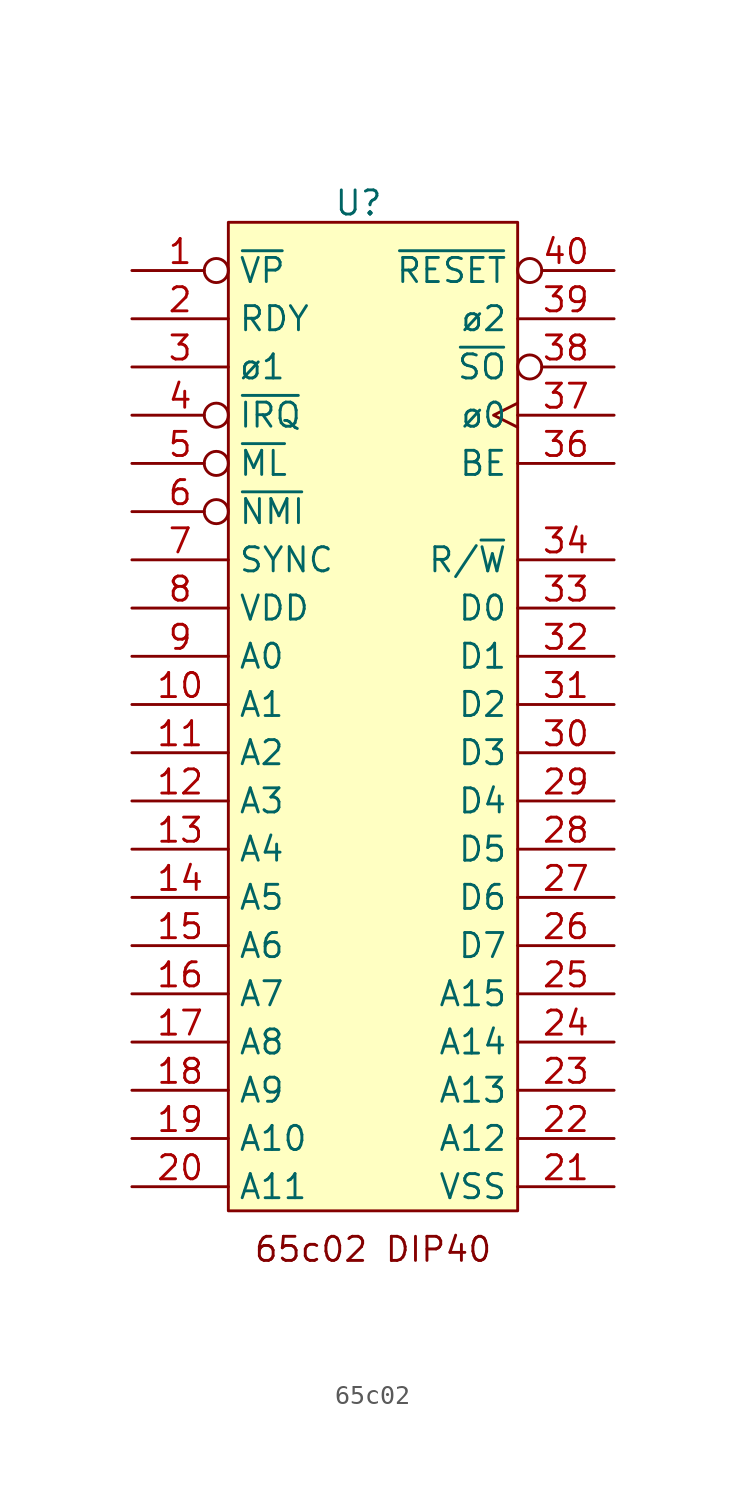
<source format=kicad_sym>
(kicad_symbol_lib
  (version 20231120)
  (generator "kicad_symbol_editor")
  (generator_version "8.0")
  (symbol "65c02"
    (property "Reference" "U"
      (at -8.382 53.086 0)
      (effects (font (size 1.27 1.27))))
    (property "Value" ""
      (at -12.7 -1.27 0)
      (effects (font (size 1.27 1.27))))
    (symbol "65c02_1_1"
      (rectangle (start -15.24 52.07) (end 0 0) (stroke (width 0) (type default)) (fill (type background)))
      (text "65c02 DIP40" (at -7.62 -2.032 0) (effects (font (size 1.27 1.27))))
      (pin output inverted (at -20.32 49.53 0) (length 5.08) (name "~{VP}" (effects (font (size 1.27 1.27)))) (number "1" (effects (font (size 1.27 1.27)))))
      (pin output line (at -20.32 26.67 0) (length 5.08) (name "A1" (effects (font (size 1.27 1.27)))) (number "10" (effects (font (size 1.27 1.27)))))
      (pin output line (at -20.32 24.13 0) (length 5.08) (name "A2" (effects (font (size 1.27 1.27)))) (number "11" (effects (font (size 1.27 1.27)))))
      (pin output line (at -20.32 21.59 0) (length 5.08) (name "A3" (effects (font (size 1.27 1.27)))) (number "12" (effects (font (size 1.27 1.27)))))
      (pin output line (at -20.32 19.05 0) (length 5.08) (name "A4" (effects (font (size 1.27 1.27)))) (number "13" (effects (font (size 1.27 1.27)))))
      (pin output line (at -20.32 16.51 0) (length 5.08) (name "A5" (effects (font (size 1.27 1.27)))) (number "14" (effects (font (size 1.27 1.27)))))
      (pin output line (at -20.32 13.97 0) (length 5.08) (name "A6" (effects (font (size 1.27 1.27)))) (number "15" (effects (font (size 1.27 1.27)))))
      (pin output line (at -20.32 11.43 0) (length 5.08) (name "A7" (effects (font (size 1.27 1.27)))) (number "16" (effects (font (size 1.27 1.27)))))
      (pin output line (at -20.32 8.89 0) (length 5.08) (name "A8" (effects (font (size 1.27 1.27)))) (number "17" (effects (font (size 1.27 1.27)))))
      (pin output line (at -20.32 6.35 0) (length 5.08) (name "A9" (effects (font (size 1.27 1.27)))) (number "18" (effects (font (size 1.27 1.27)))))
      (pin output line (at -20.32 3.81 0) (length 5.08) (name "A10" (effects (font (size 1.27 1.27)))) (number "19" (effects (font (size 1.27 1.27)))))
      (pin input line (at -20.32 46.99 0) (length 5.08) (name "RDY" (effects (font (size 1.27 1.27)))) (number "2" (effects (font (size 1.27 1.27)))))
      (pin output line (at -20.32 1.27 0) (length 5.08) (name "A11" (effects (font (size 1.27 1.27)))) (number "20" (effects (font (size 1.27 1.27)))))
      (pin power_in line (at 5.08 1.27 180) (length 5.08) (name "VSS" (effects (font (size 1.27 1.27)))) (number "21" (effects (font (size 1.27 1.27)))))
      (pin output line (at 5.08 3.81 180) (length 5.08) (name "A12" (effects (font (size 1.27 1.27)))) (number "22" (effects (font (size 1.27 1.27)))))
      (pin output line (at 5.08 6.35 180) (length 5.08) (name "A13" (effects (font (size 1.27 1.27)))) (number "23" (effects (font (size 1.27 1.27)))))
      (pin output line (at 5.08 8.89 180) (length 5.08) (name "A14" (effects (font (size 1.27 1.27)))) (number "24" (effects (font (size 1.27 1.27)))))
      (pin output line (at 5.08 11.43 180) (length 5.08) (name "A15" (effects (font (size 1.27 1.27)))) (number "25" (effects (font (size 1.27 1.27)))))
      (pin bidirectional line (at 5.08 13.97 180) (length 5.08) (name "D7" (effects (font (size 1.27 1.27)))) (number "26" (effects (font (size 1.27 1.27)))))
      (pin bidirectional line (at 5.08 16.51 180) (length 5.08) (name "D6" (effects (font (size 1.27 1.27)))) (number "27" (effects (font (size 1.27 1.27)))))
      (pin bidirectional line (at 5.08 19.05 180) (length 5.08) (name "D5" (effects (font (size 1.27 1.27)))) (number "28" (effects (font (size 1.27 1.27)))))
      (pin bidirectional line (at 5.08 21.59 180) (length 5.08) (name "D4" (effects (font (size 1.27 1.27)))) (number "29" (effects (font (size 1.27 1.27)))))
      (pin output line (at -20.32 44.45 0) (length 5.08) (name "ø1" (effects (font (size 1.27 1.27)))) (number "3" (effects (font (size 1.27 1.27)))))
      (pin bidirectional line (at 5.08 24.13 180) (length 5.08) (name "D3" (effects (font (size 1.27 1.27)))) (number "30" (effects (font (size 1.27 1.27)))))
      (pin bidirectional line (at 5.08 26.67 180) (length 5.08) (name "D2" (effects (font (size 1.27 1.27)))) (number "31" (effects (font (size 1.27 1.27)))))
      (pin bidirectional line (at 5.08 29.21 180) (length 5.08) (name "D1" (effects (font (size 1.27 1.27)))) (number "32" (effects (font (size 1.27 1.27)))))
      (pin bidirectional line (at 5.08 31.75 180) (length 5.08) (name "D0" (effects (font (size 1.27 1.27)))) (number "33" (effects (font (size 1.27 1.27)))))
      (pin output line (at 5.08 34.29 180) (length 5.08) (name "R/~{W}" (effects (font (size 1.27 1.27)))) (number "34" (effects (font (size 1.27 1.27)))))
      (pin no_connect line (at 5.08 36.83 180) (length 5.08) hide (name "NC" (effects (font (size 1.27 1.27)))) (number "35" (effects (font (size 1.27 1.27)))))
      (pin input line (at 5.08 39.37 180) (length 5.08) (name "BE" (effects (font (size 1.27 1.27)))) (number "36" (effects (font (size 1.27 1.27)))))
      (pin input clock (at 5.08 41.91 180) (length 5.08) (name "ø0" (effects (font (size 1.27 1.27)))) (number "37" (effects (font (size 1.27 1.27)))))
      (pin input inverted (at 5.08 44.45 180) (length 5.08) (name "~{SO}" (effects (font (size 1.27 1.27)))) (number "38" (effects (font (size 1.27 1.27)))))
      (pin output line (at 5.08 46.99 180) (length 5.08) (name "ø2" (effects (font (size 1.27 1.27)))) (number "39" (effects (font (size 1.27 1.27)))))
      (pin input inverted (at -20.32 41.91 0) (length 5.08) (name "~{IRQ}" (effects (font (size 1.27 1.27)))) (number "4" (effects (font (size 1.27 1.27)))))
      (pin input inverted (at 5.08 49.53 180) (length 5.08) (name "~{RESET}" (effects (font (size 1.27 1.27)))) (number "40" (effects (font (size 1.27 1.27)))))
      (pin output inverted (at -20.32 39.37 0) (length 5.08) (name "~{ML}" (effects (font (size 1.27 1.27)))) (number "5" (effects (font (size 1.27 1.27)))))
      (pin input inverted (at -20.32 36.83 0) (length 5.08) (name "~{NMI}" (effects (font (size 1.27 1.27)))) (number "6" (effects (font (size 1.27 1.27)))))
      (pin output line (at -20.32 34.29 0) (length 5.08) (name "SYNC" (effects (font (size 1.27 1.27)))) (number "7" (effects (font (size 1.27 1.27)))))
      (pin power_in line (at -20.32 31.75 0) (length 5.08) (name "VDD" (effects (font (size 1.27 1.27)))) (number "8" (effects (font (size 1.27 1.27)))))
      (pin output line (at -20.32 29.21 0) (length 5.08) (name "A0" (effects (font (size 1.27 1.27)))) (number "9" (effects (font (size 1.27 1.27))))))))
</source>
